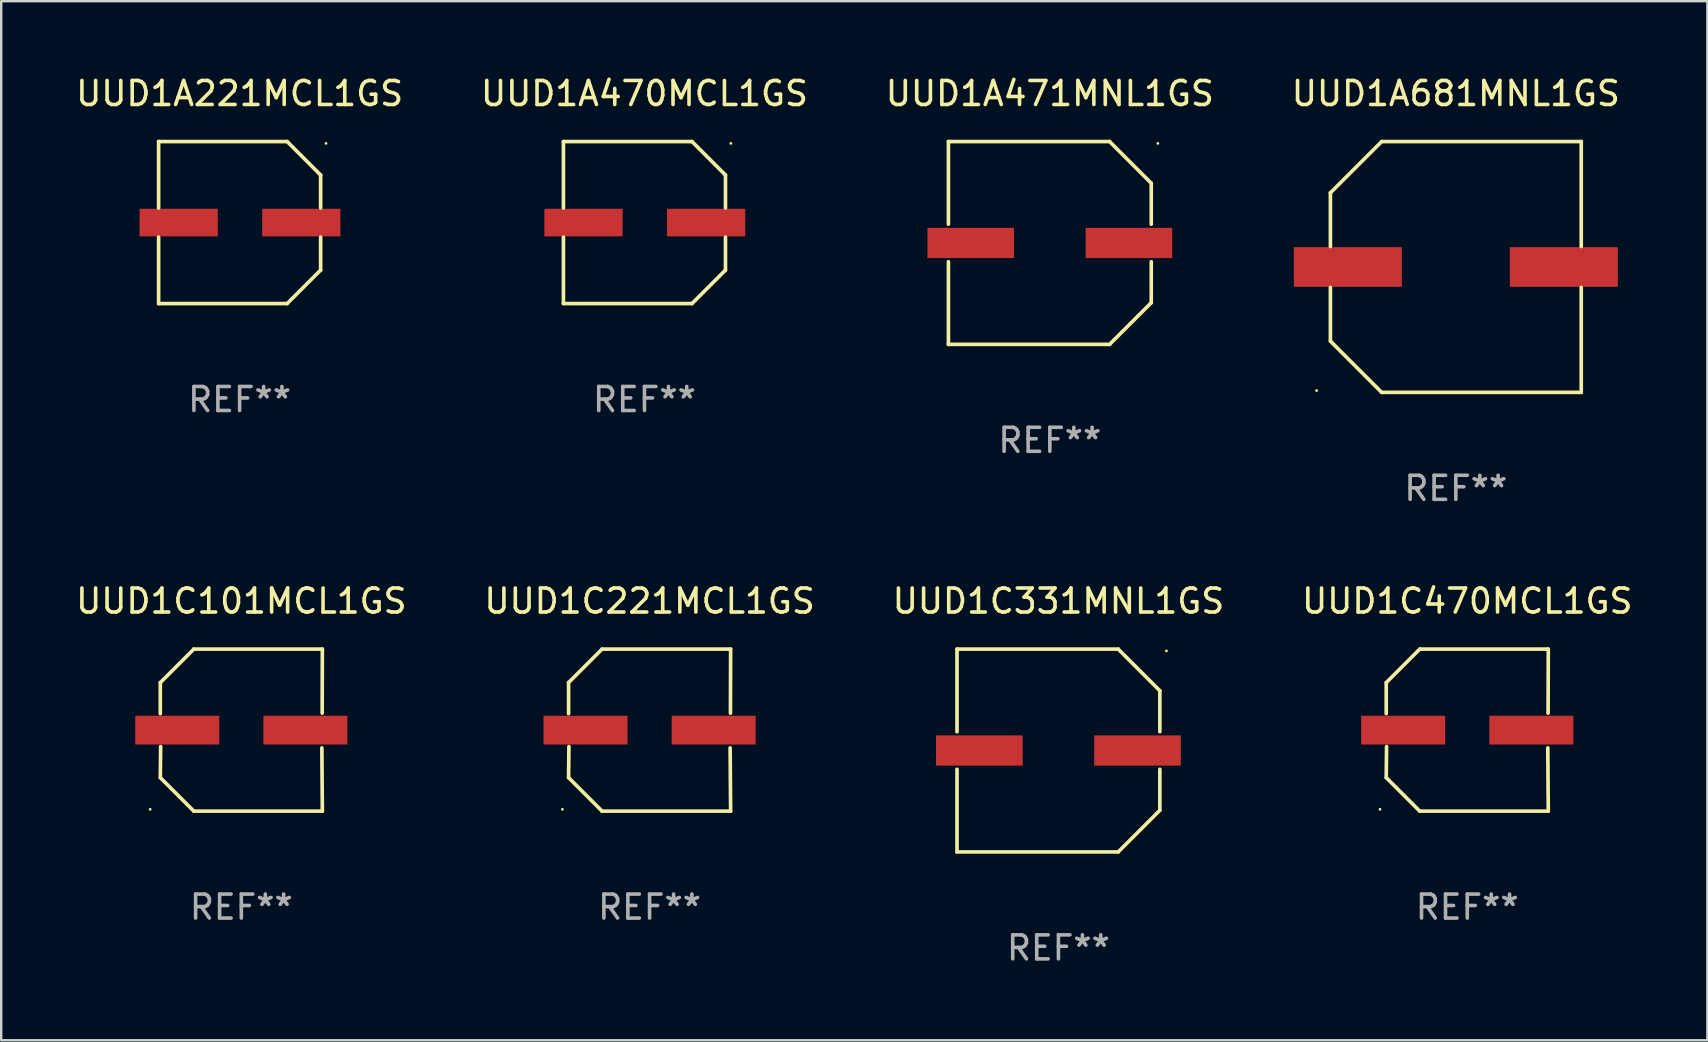
<source format=kicad_pcb>
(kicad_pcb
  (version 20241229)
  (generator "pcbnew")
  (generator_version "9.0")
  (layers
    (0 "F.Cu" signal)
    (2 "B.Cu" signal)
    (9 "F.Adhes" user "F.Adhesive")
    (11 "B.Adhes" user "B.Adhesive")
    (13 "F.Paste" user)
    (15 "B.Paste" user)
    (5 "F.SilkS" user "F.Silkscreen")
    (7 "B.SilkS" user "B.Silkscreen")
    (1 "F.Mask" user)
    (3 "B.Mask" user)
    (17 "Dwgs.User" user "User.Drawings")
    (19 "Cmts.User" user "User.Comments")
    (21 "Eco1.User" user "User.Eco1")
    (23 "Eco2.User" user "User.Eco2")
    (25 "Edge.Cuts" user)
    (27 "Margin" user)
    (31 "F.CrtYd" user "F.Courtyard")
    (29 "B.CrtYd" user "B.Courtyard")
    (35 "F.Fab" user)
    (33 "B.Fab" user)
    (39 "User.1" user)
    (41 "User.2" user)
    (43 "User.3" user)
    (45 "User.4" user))
  (footprint "UUD1A471MNL1GS"
    (layer "F.Cu")
    (at 40.696 7.074)
    (property "Reference" "UUD1A471MNL1GS" (at 0 -6.226 0) (layer "F.SilkS") (effects (font (size 1 1) (thickness 0.15))))
    (attr through_hole)
    (fp_line (start -4.226 -4.226) (end 2.49 -4.226) (stroke (width 0.152) (type solid)) (layer "F.SilkS"))
    (fp_line (start -4.226 -0.782) (end -4.226 -4.226) (stroke (width 0.152) (type solid)) (layer "F.SilkS"))
    (fp_line (start -4.226 0.782) (end -4.226 4.226) (stroke (width 0.152) (type solid)) (layer "F.SilkS"))
    (fp_line (start -4.226 4.226) (end 2.49 4.226) (stroke (width 0.152) (type solid)) (layer "F.SilkS"))
    (fp_line (start 2.49 -4.226) (end 4.226 -2.49) (stroke (width 0.152) (type solid)) (layer "F.SilkS"))
    (fp_line (start 2.49 4.226) (end 4.226 2.49) (stroke (width 0.152) (type solid)) (layer "F.SilkS"))
    (fp_line (start 4.226 -2.49) (end 4.226 -0.782) (stroke (width 0.152) (type solid)) (layer "F.SilkS"))
    (fp_line (start 4.226 2.49) (end 4.226 0.782) (stroke (width 0.152) (type solid)) (layer "F.SilkS"))
    (fp_circle (center 4.5 -4.15) (end 4.53 -4.15) (stroke (width 0.06) (type solid)) (fill no) (layer "F.SilkS"))
    (fp_text user "REF**" (at 0 8.226 0) (layer "F.Fab") (effects (font (size 1 1) (thickness 0.15))))
    (pad "1" smd rect (at 3.295 0 180) (size 3.61 1.26) (layers "F.Cu" "F.Mask" "F.Paste"))
    (pad "2" smd rect (at -3.295 0 180) (size 3.61 1.26) (layers "F.Cu" "F.Mask" "F.Paste")))
  (footprint "UUD1C221MCL1GS"
    (layer "F.Cu")
    (at 24.018 27.373)
    (property "Reference" "UUD1C221MCL1GS" (at 0 -5.376 0) (layer "F.SilkS") (effects (font (size 1 1) (thickness 0.15))))
    (attr through_hole)
    (fp_line (start -3.376 -1.98) (end -3.376 -0.686) (stroke (width 0.152) (type solid)) (layer "F.SilkS"))
    (fp_line (start -3.376 1.981) (end -3.362 0.686) (stroke (width 0.152) (type solid)) (layer "F.SilkS"))
    (fp_line (start -1.981 3.376) (end -3.376 1.981) (stroke (width 0.152) (type solid)) (layer "F.SilkS"))
    (fp_line (start -1.98 -3.376) (end -3.376 -1.98) (stroke (width 0.152) (type solid)) (layer "F.SilkS"))
    (fp_line (start 3.356 0.74) (end 3.376 3.376) (stroke (width 0.152) (type solid)) (layer "F.SilkS"))
    (fp_line (start 3.369 -0.707) (end 3.376 -3.376) (stroke (width 0.152) (type solid)) (layer "F.SilkS"))
    (fp_line (start 3.376 3.376) (end -1.981 3.376) (stroke (width 0.152) (type solid)) (layer "F.SilkS"))
    (fp_line (start 3.376 -3.376) (end -1.98 -3.376) (stroke (width 0.152) (type solid)) (layer "F.SilkS"))
    (fp_circle (center -3.634 3.3) (end -3.604 3.3) (stroke (width 0.06) (type solid)) (fill no) (layer "F.SilkS"))
    (fp_text user "REF**" (at 0 7.376 0) (layer "F.Fab") (effects (font (size 1 1) (thickness 0.15))))
    (pad "1" smd rect (at -2.67 0.000254) (size 3.5 1.2) (layers "F.Cu" "F.Mask" "F.Paste"))
    (pad "2" smd rect (at 2.67 0.000254) (size 3.5 1.2) (layers "F.Cu" "F.Mask" "F.Paste")))
  (footprint "UUD1A470MCL1GS"
    (layer "F.Cu")
    (at 23.804 6.224)
    (property "Reference" "UUD1A470MCL1GS" (at 0 -5.376 0) (layer "F.SilkS") (effects (font (size 1 1) (thickness 0.15))))
    (attr through_hole)
    (fp_line (start -3.376 -3.376) (end 1.98 -3.376) (stroke (width 0.152) (type solid)) (layer "F.SilkS"))
    (fp_line (start -3.376 -0.607) (end -3.376 -3.376) (stroke (width 0.152) (type solid)) (layer "F.SilkS"))
    (fp_line (start -3.376 0.607) (end -3.376 3.376) (stroke (width 0.152) (type solid)) (layer "F.SilkS"))
    (fp_line (start -3.376 3.376) (end 1.98 3.376) (stroke (width 0.152) (type solid)) (layer "F.SilkS"))
    (fp_line (start 1.98 -3.376) (end 3.376 -1.98) (stroke (width 0.152) (type solid)) (layer "F.SilkS"))
    (fp_line (start 1.98 3.376) (end 3.376 1.98) (stroke (width 0.152) (type solid)) (layer "F.SilkS"))
    (fp_line (start 3.376 -1.98) (end 3.376 -0.607) (stroke (width 0.152) (type solid)) (layer "F.SilkS"))
    (fp_line (start 3.376 1.98) (end 3.376 0.607) (stroke (width 0.152) (type solid)) (layer "F.SilkS"))
    (fp_circle (center 3.6 -3.3) (end 3.63 -3.3) (stroke (width 0.06) (type solid)) (fill no) (layer "F.SilkS"))
    (fp_text user "REF**" (at 0 7.376 0) (layer "F.Fab") (effects (font (size 1 1) (thickness 0.15))))
    (pad "1" smd rect (at 2.57 0 180) (size 3.26 1.15) (layers "F.Cu" "F.Mask" "F.Paste"))
    (pad "2" smd rect (at -2.54 0 180) (size 3.26 1.15) (layers "F.Cu" "F.Mask" "F.Paste")))
  (footprint "UUD1A221MCL1GS"
    (layer "F.Cu")
    (at 6.935 6.224)
    (property "Reference" "UUD1A221MCL1GS" (at 0 -5.376 0) (layer "F.SilkS") (effects (font (size 1 1) (thickness 0.15))))
    (attr through_hole)
    (fp_line (start -3.376 -3.376) (end 1.98 -3.376) (stroke (width 0.152) (type solid)) (layer "F.SilkS"))
    (fp_line (start -3.376 -0.607) (end -3.376 -3.376) (stroke (width 0.152) (type solid)) (layer "F.SilkS"))
    (fp_line (start -3.376 0.607) (end -3.376 3.376) (stroke (width 0.152) (type solid)) (layer "F.SilkS"))
    (fp_line (start -3.376 3.376) (end 1.98 3.376) (stroke (width 0.152) (type solid)) (layer "F.SilkS"))
    (fp_line (start 1.98 -3.376) (end 3.376 -1.98) (stroke (width 0.152) (type solid)) (layer "F.SilkS"))
    (fp_line (start 1.98 3.376) (end 3.376 1.98) (stroke (width 0.152) (type solid)) (layer "F.SilkS"))
    (fp_line (start 3.376 -1.98) (end 3.376 -0.607) (stroke (width 0.152) (type solid)) (layer "F.SilkS"))
    (fp_line (start 3.376 1.98) (end 3.376 0.607) (stroke (width 0.152) (type solid)) (layer "F.SilkS"))
    (fp_circle (center 3.6 -3.3) (end 3.63 -3.3) (stroke (width 0.06) (type solid)) (fill no) (layer "F.SilkS"))
    (fp_text user "REF**" (at 0 7.376 0) (layer "F.Fab") (effects (font (size 1 1) (thickness 0.15))))
    (pad "1" smd rect (at 2.57 0 180) (size 3.26 1.15) (layers "F.Cu" "F.Mask" "F.Paste"))
    (pad "2" smd rect (at -2.54 0 180) (size 3.26 1.15) (layers "F.Cu" "F.Mask" "F.Paste")))
  (footprint "UUD1C331MNL1GS"
    (layer "F.Cu")
    (at 41.054 28.223)
    (property "Reference" "UUD1C331MNL1GS" (at 0 -6.226 0) (layer "F.SilkS") (effects (font (size 1 1) (thickness 0.15))))
    (attr through_hole)
    (fp_line (start -4.226 -4.226) (end 2.49 -4.226) (stroke (width 0.152) (type solid)) (layer "F.SilkS"))
    (fp_line (start -4.226 -0.782) (end -4.226 -4.226) (stroke (width 0.152) (type solid)) (layer "F.SilkS"))
    (fp_line (start -4.226 0.782) (end -4.226 4.226) (stroke (width 0.152) (type solid)) (layer "F.SilkS"))
    (fp_line (start -4.226 4.226) (end 2.49 4.226) (stroke (width 0.152) (type solid)) (layer "F.SilkS"))
    (fp_line (start 2.49 -4.226) (end 4.226 -2.49) (stroke (width 0.152) (type solid)) (layer "F.SilkS"))
    (fp_line (start 2.49 4.226) (end 4.226 2.49) (stroke (width 0.152) (type solid)) (layer "F.SilkS"))
    (fp_line (start 4.226 -2.49) (end 4.226 -0.782) (stroke (width 0.152) (type solid)) (layer "F.SilkS"))
    (fp_line (start 4.226 2.49) (end 4.226 0.782) (stroke (width 0.152) (type solid)) (layer "F.SilkS"))
    (fp_circle (center 4.5 -4.15) (end 4.53 -4.15) (stroke (width 0.06) (type solid)) (fill no) (layer "F.SilkS"))
    (fp_text user "REF**" (at 0 8.226 0) (layer "F.Fab") (effects (font (size 1 1) (thickness 0.15))))
    (pad "1" smd rect (at 3.295 0 180) (size 3.61 1.26) (layers "F.Cu" "F.Mask" "F.Paste"))
    (pad "2" smd rect (at -3.295 0 180) (size 3.61 1.26) (layers "F.Cu" "F.Mask" "F.Paste")))
  (footprint "UUD1C101MCL1GS"
    (layer "F.Cu")
    (at 7.006 27.373)
    (property "Reference" "UUD1C101MCL1GS" (at 0 -5.376 0) (layer "F.SilkS") (effects (font (size 1 1) (thickness 0.15))))
    (attr through_hole)
    (fp_line (start -3.376 -1.98) (end -3.376 -0.686) (stroke (width 0.152) (type solid)) (layer "F.SilkS"))
    (fp_line (start -3.376 1.981) (end -3.362 0.686) (stroke (width 0.152) (type solid)) (layer "F.SilkS"))
    (fp_line (start -1.981 3.376) (end -3.376 1.981) (stroke (width 0.152) (type solid)) (layer "F.SilkS"))
    (fp_line (start -1.98 -3.376) (end -3.376 -1.98) (stroke (width 0.152) (type solid)) (layer "F.SilkS"))
    (fp_line (start 3.356 0.74) (end 3.376 3.376) (stroke (width 0.152) (type solid)) (layer "F.SilkS"))
    (fp_line (start 3.369 -0.707) (end 3.376 -3.376) (stroke (width 0.152) (type solid)) (layer "F.SilkS"))
    (fp_line (start 3.376 3.376) (end -1.981 3.376) (stroke (width 0.152) (type solid)) (layer "F.SilkS"))
    (fp_line (start 3.376 -3.376) (end -1.98 -3.376) (stroke (width 0.152) (type solid)) (layer "F.SilkS"))
    (fp_circle (center -3.8 3.3) (end -3.77 3.3) (stroke (width 0.06) (type solid)) (fill no) (layer "F.SilkS"))
    (fp_text user "REF**" (at 0 7.376 0) (layer "F.Fab") (effects (font (size 1 1) (thickness 0.15))))
    (pad "1" smd rect (at -2.67 0.000203) (size 3.5 1.2) (layers "F.Cu" "F.Mask" "F.Paste"))
    (pad "2" smd rect (at 2.67 0.000203) (size 3.5 1.2) (layers "F.Cu" "F.Mask" "F.Paste")))
  (footprint "UUD1A681MNL1GS"
    (layer "F.Cu")
    (at 57.613 8.074)
    (property "Reference" "UUD1A681MNL1GS" (at 0 -7.226 0) (layer "F.SilkS") (effects (font (size 1 1) (thickness 0.15))))
    (attr through_hole)
    (fp_line (start -5.226 -3.09) (end -5.226 -0.852) (stroke (width 0.152) (type solid)) (layer "F.SilkS"))
    (fp_line (start -5.226 3.09) (end -5.226 0.852) (stroke (width 0.152) (type solid)) (layer "F.SilkS"))
    (fp_line (start -3.09 -5.226) (end -5.226 -3.09) (stroke (width 0.152) (type solid)) (layer "F.SilkS"))
    (fp_line (start -3.09 5.226) (end -5.226 3.09) (stroke (width 0.152) (type solid)) (layer "F.SilkS"))
    (fp_line (start 5.226 -5.226) (end -3.09 -5.226) (stroke (width 0.152) (type solid)) (layer "F.SilkS"))
    (fp_line (start 5.226 -0.852) (end 5.226 -5.226) (stroke (width 0.152) (type solid)) (layer "F.SilkS"))
    (fp_line (start 5.226 0.852) (end 5.226 5.226) (stroke (width 0.152) (type solid)) (layer "F.SilkS"))
    (fp_line (start 5.226 5.226) (end -3.09 5.226) (stroke (width 0.152) (type solid)) (layer "F.SilkS"))
    (fp_circle (center -5.8 5.15) (end -5.77 5.15) (stroke (width 0.06) (type solid)) (fill no) (layer "F.SilkS"))
    (fp_text user "REF**" (at 0 9.226 0) (layer "F.Fab") (effects (font (size 1 1) (thickness 0.15))))
    (pad "1" smd rect (at -4.5 0) (size 4.5 1.65) (layers "F.Cu" "F.Mask" "F.Paste"))
    (pad "2" smd rect (at 4.5 0) (size 4.5 1.65) (layers "F.Cu" "F.Mask" "F.Paste")))
  (footprint "UUD1C470MCL1GS"
    (layer "F.Cu")
    (at 58.089 27.373)
    (property "Reference" "UUD1C470MCL1GS" (at 0 -5.376 0) (layer "F.SilkS") (effects (font (size 1 1) (thickness 0.15))))
    (attr through_hole)
    (fp_line (start -3.376 -1.98) (end -3.376 -0.686) (stroke (width 0.152) (type solid)) (layer "F.SilkS"))
    (fp_line (start -3.376 1.981) (end -3.362 0.686) (stroke (width 0.152) (type solid)) (layer "F.SilkS"))
    (fp_line (start -1.981 3.376) (end -3.376 1.981) (stroke (width 0.152) (type solid)) (layer "F.SilkS"))
    (fp_line (start -1.98 -3.376) (end -3.376 -1.98) (stroke (width 0.152) (type solid)) (layer "F.SilkS"))
    (fp_line (start 3.356 0.74) (end 3.376 3.376) (stroke (width 0.152) (type solid)) (layer "F.SilkS"))
    (fp_line (start 3.369 -0.707) (end 3.376 -3.376) (stroke (width 0.152) (type solid)) (layer "F.SilkS"))
    (fp_line (start 3.376 3.376) (end -1.981 3.376) (stroke (width 0.152) (type solid)) (layer "F.SilkS"))
    (fp_line (start 3.376 -3.376) (end -1.98 -3.376) (stroke (width 0.152) (type solid)) (layer "F.SilkS"))
    (fp_circle (center -3.634 3.3) (end -3.604 3.3) (stroke (width 0.06) (type solid)) (fill no) (layer "F.SilkS"))
    (fp_text user "REF**" (at 0 7.376 0) (layer "F.Fab") (effects (font (size 1 1) (thickness 0.15))))
    (pad "1" smd rect (at -2.67 0.000254) (size 3.5 1.2) (layers "F.Cu" "F.Mask" "F.Paste"))
    (pad "2" smd rect (at 2.67 0.000254) (size 3.5 1.2) (layers "F.Cu" "F.Mask" "F.Paste")))
  (gr_rect
    (start -3 -3)
    (end 68.095 40.298)
    (stroke (width 0.1) (type default))
    (fill no)
    (layer "Edge.Cuts")))
</source>
